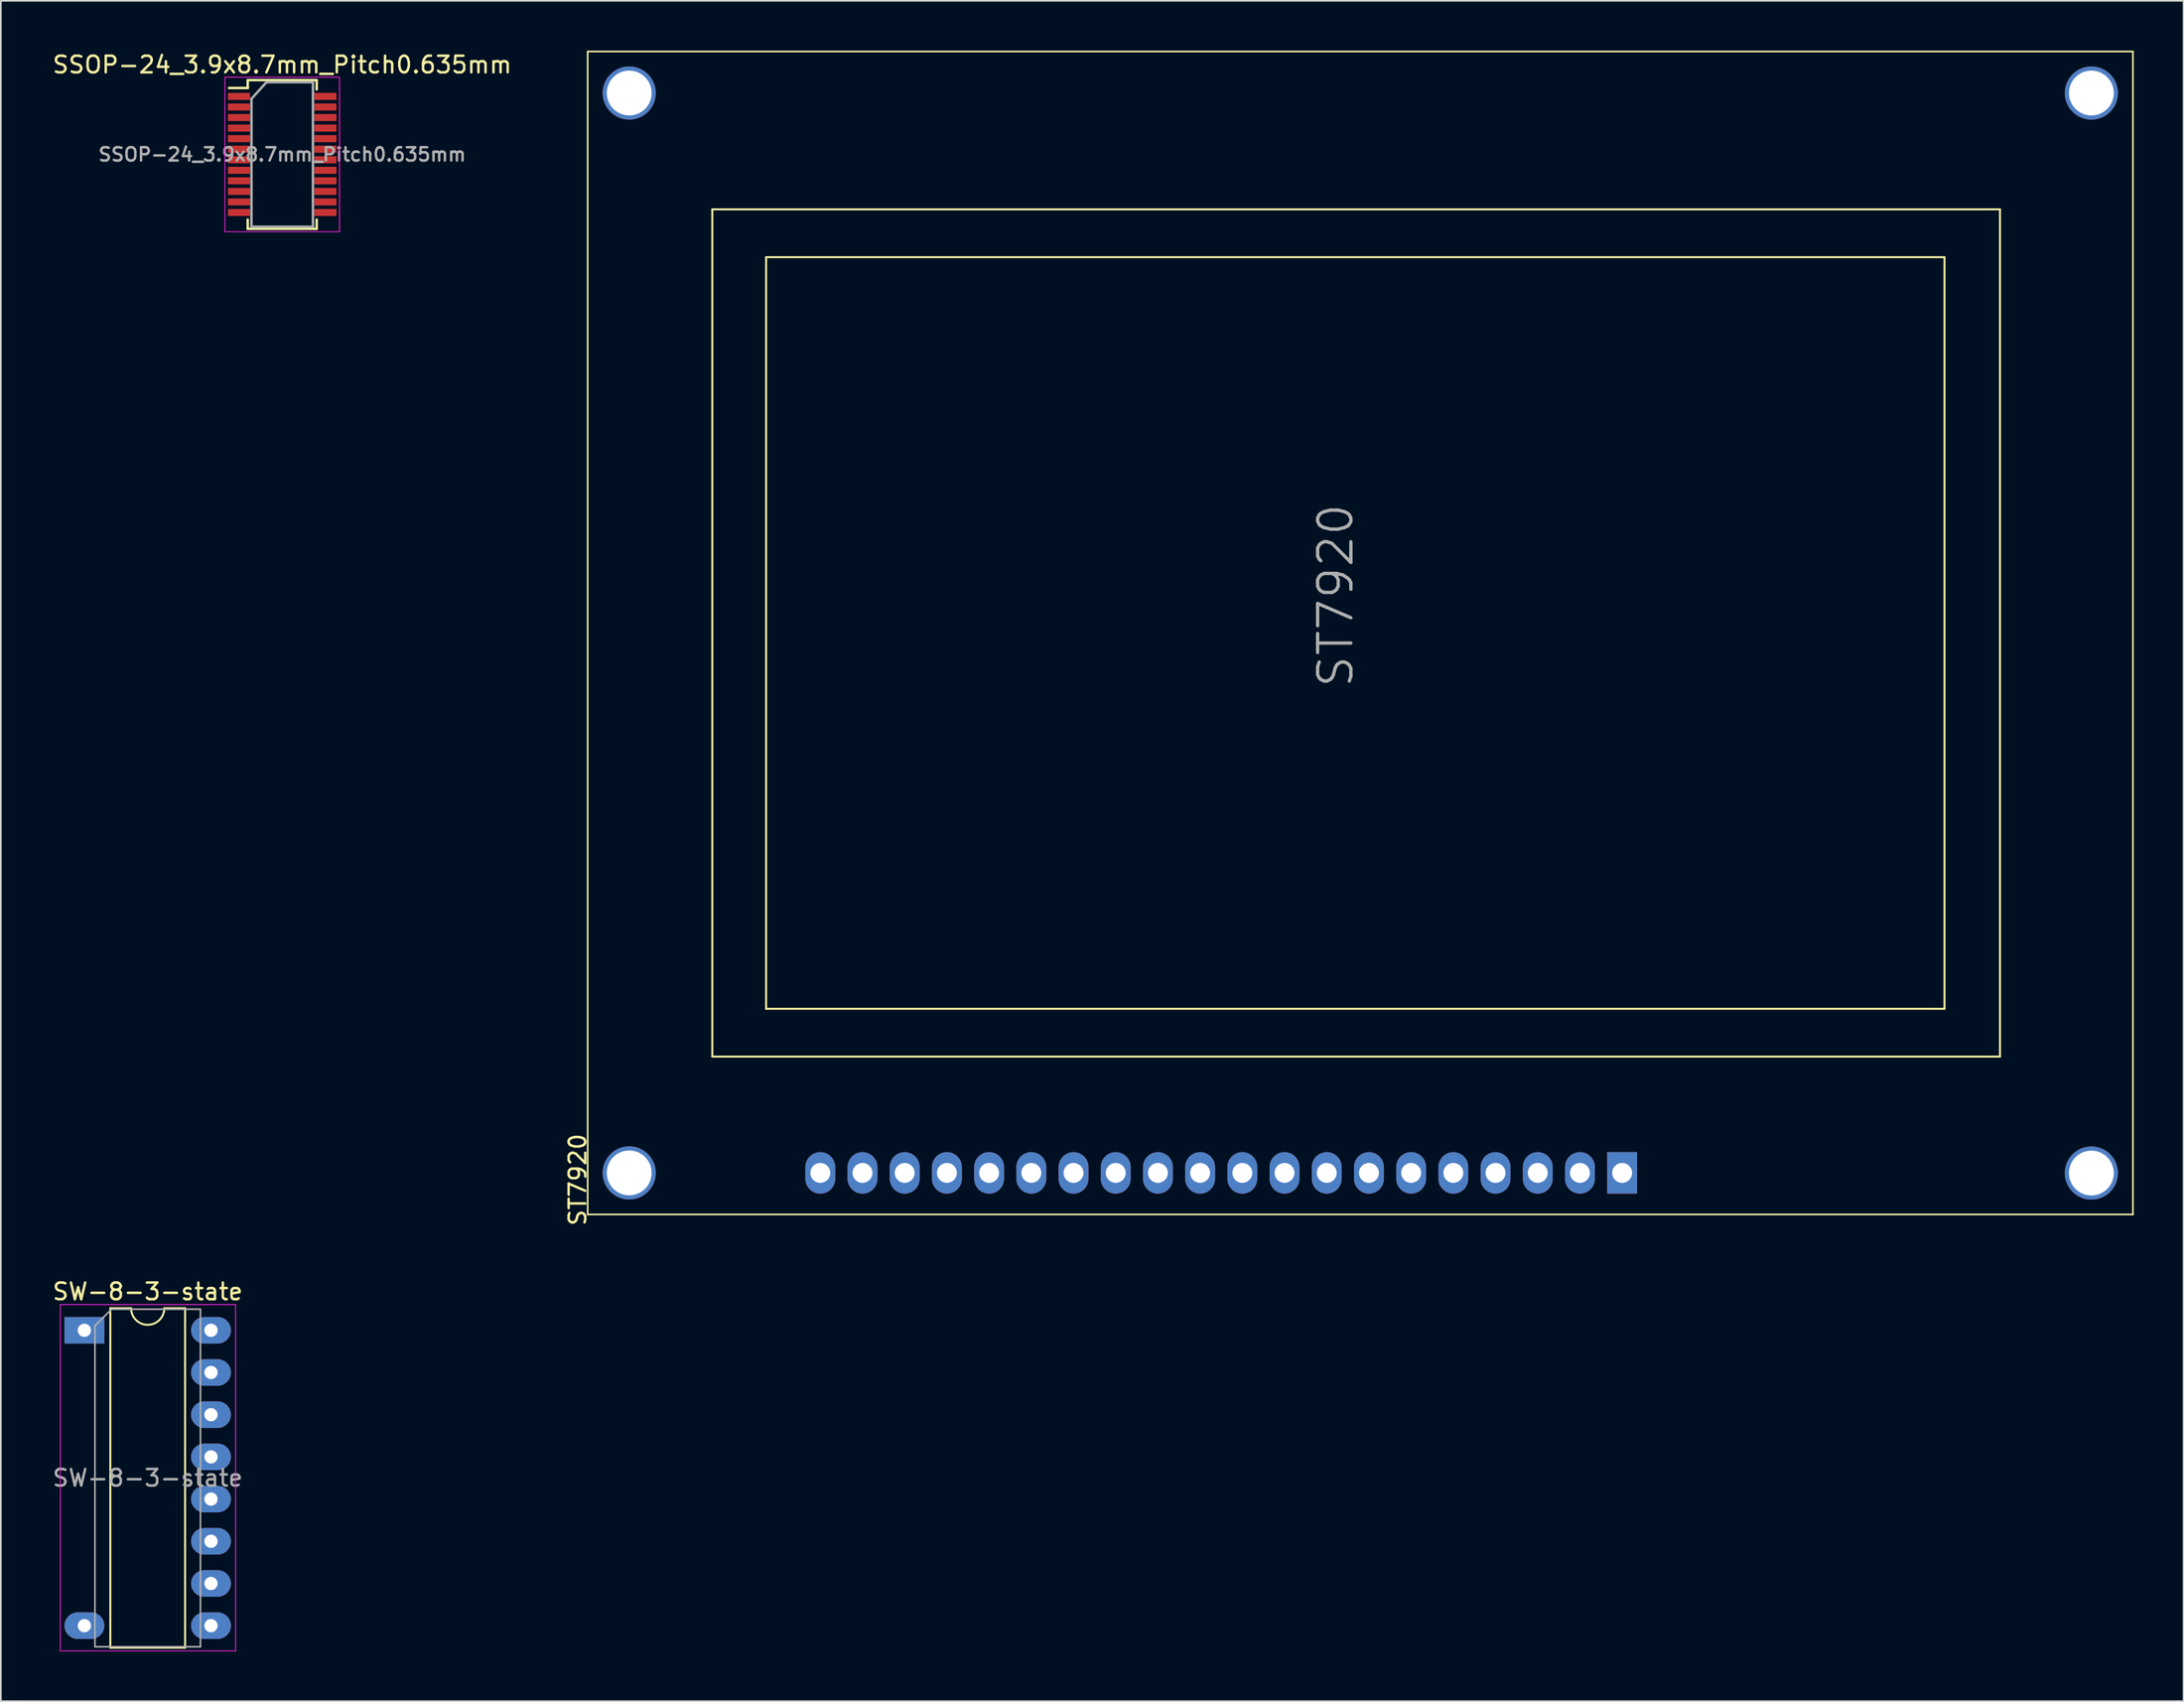
<source format=kicad_pcb>
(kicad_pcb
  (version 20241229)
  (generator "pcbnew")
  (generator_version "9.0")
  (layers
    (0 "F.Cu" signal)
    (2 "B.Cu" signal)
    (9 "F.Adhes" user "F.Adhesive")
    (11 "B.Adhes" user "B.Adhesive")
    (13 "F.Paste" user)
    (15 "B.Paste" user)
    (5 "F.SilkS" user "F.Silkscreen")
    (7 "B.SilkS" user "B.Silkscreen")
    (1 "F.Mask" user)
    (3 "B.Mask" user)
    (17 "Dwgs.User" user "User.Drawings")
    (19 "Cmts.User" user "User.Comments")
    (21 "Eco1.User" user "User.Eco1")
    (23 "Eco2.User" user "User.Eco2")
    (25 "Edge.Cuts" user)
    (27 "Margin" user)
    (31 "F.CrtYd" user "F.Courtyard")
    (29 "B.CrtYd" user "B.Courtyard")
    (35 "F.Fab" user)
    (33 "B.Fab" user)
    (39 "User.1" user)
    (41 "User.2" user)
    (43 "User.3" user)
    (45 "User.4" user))
  (footprint "SW-8-3-state"
    (layer "F.Cu")
    (at 2.029 77.024)
    (property "Reference" "SW-8-3-state" (at 3.81 -2.33 0) (layer "F.SilkS") (effects (font (size 1 1) (thickness 0.15))))
    (attr through_hole)
    (fp_line (start 1.56 -1.33) (end 1.56 19.11) (stroke (width 0.12) (type solid)) (layer "F.SilkS"))
    (fp_line (start 1.56 19.11) (end 6.06 19.11) (stroke (width 0.12) (type solid)) (layer "F.SilkS"))
    (fp_line (start 2.81 -1.33) (end 1.56 -1.33) (stroke (width 0.12) (type solid)) (layer "F.SilkS"))
    (fp_line (start 6.06 -1.33) (end 4.81 -1.33) (stroke (width 0.12) (type solid)) (layer "F.SilkS"))
    (fp_line (start 6.06 19.11) (end 6.06 -1.33) (stroke (width 0.12) (type solid)) (layer "F.SilkS"))
    (fp_arc (start 4.81 -1.33) (mid 3.81 -0.33) (end 2.81 -1.33) (stroke (width 0.12) (type solid)) (layer "F.SilkS"))
    (fp_line (start -1.45 -1.55) (end -1.45 19.3) (stroke (width 0.05) (type solid)) (layer "F.CrtYd"))
    (fp_line (start -1.45 19.3) (end 9.1 19.3) (stroke (width 0.05) (type solid)) (layer "F.CrtYd"))
    (fp_line (start 9.1 -1.55) (end -1.45 -1.55) (stroke (width 0.05) (type solid)) (layer "F.CrtYd"))
    (fp_line (start 9.1 19.3) (end 9.1 -1.55) (stroke (width 0.05) (type solid)) (layer "F.CrtYd"))
    (fp_line (start 0.635 -0.27) (end 1.635 -1.27) (stroke (width 0.1) (type solid)) (layer "F.Fab"))
    (fp_line (start 0.635 19.05) (end 0.635 -0.27) (stroke (width 0.1) (type solid)) (layer "F.Fab"))
    (fp_line (start 1.635 -1.27) (end 6.985 -1.27) (stroke (width 0.1) (type solid)) (layer "F.Fab"))
    (fp_line (start 6.985 -1.27) (end 6.985 19.05) (stroke (width 0.1) (type solid)) (layer "F.Fab"))
    (fp_line (start 6.985 19.05) (end 0.635 19.05) (stroke (width 0.1) (type solid)) (layer "F.Fab"))
    (fp_text user "${REFERENCE}" (at 3.81 8.89 0) (layer "F.Fab") (effects (font (size 1 1) (thickness 0.15))))
    (pad "1" thru_hole rect (at 0 0) (size 2.4 1.6) (drill 0.8) (layers "*.Cu" "*.Mask"))
    (pad "8" thru_hole oval (at 0 17.78) (size 2.4 1.6) (drill 0.8) (layers "*.Cu" "*.Mask"))
    (pad "9" thru_hole oval (at 7.62 17.78) (size 2.4 1.6) (drill 0.8) (layers "*.Cu" "*.Mask"))
    (pad "10" thru_hole oval (at 7.62 15.24) (size 2.4 1.6) (drill 0.8) (layers "*.Cu" "*.Mask"))
    (pad "11" thru_hole oval (at 7.62 12.7) (size 2.4 1.6) (drill 0.8) (layers "*.Cu" "*.Mask"))
    (pad "12" thru_hole oval (at 7.62 10.16) (size 2.4 1.6) (drill 0.8) (layers "*.Cu" "*.Mask"))
    (pad "13" thru_hole oval (at 7.62 7.62) (size 2.4 1.6) (drill 0.8) (layers "*.Cu" "*.Mask"))
    (pad "14" thru_hole oval (at 7.62 5.08) (size 2.4 1.6) (drill 0.8) (layers "*.Cu" "*.Mask"))
    (pad "15" thru_hole oval (at 7.62 2.54) (size 2.4 1.6) (drill 0.8) (layers "*.Cu" "*.Mask"))
    (pad "16" thru_hole oval (at 7.62 0) (size 2.4 1.6) (drill 0.8) (layers "*.Cu" "*.Mask")))
  (footprint "SSOP-24_3.9x8.7mm_Pitch0.635mm"
    (layer "F.Cu")
    (at 13.935 6.248)
    (property "Reference" "SSOP-24_3.9x8.7mm_Pitch0.635mm" (at 0 -5.4 0) (layer "F.SilkS") (effects (font (size 1 1) (thickness 0.15))))
    (attr smd)
    (fp_line (start -2.075 -4.475) (end -2.075 -4) (stroke (width 0.15) (type solid)) (layer "F.SilkS"))
    (fp_line (start -2.075 -4.475) (end 2.075 -4.475) (stroke (width 0.15) (type solid)) (layer "F.SilkS"))
    (fp_line (start -2.075 -4) (end -3.2 -4) (stroke (width 0.15) (type solid)) (layer "F.SilkS"))
    (fp_line (start -2.075 4.475) (end -2.075 3.917) (stroke (width 0.15) (type solid)) (layer "F.SilkS"))
    (fp_line (start -2.075 4.475) (end 2.075 4.475) (stroke (width 0.15) (type solid)) (layer "F.SilkS"))
    (fp_line (start 2.075 -4.475) (end 2.075 -3.917) (stroke (width 0.15) (type solid)) (layer "F.SilkS"))
    (fp_line (start 2.075 4.475) (end 2.075 3.917) (stroke (width 0.15) (type solid)) (layer "F.SilkS"))
    (fp_line (start -3.45 -4.65) (end -3.45 4.65) (stroke (width 0.05) (type solid)) (layer "F.CrtYd"))
    (fp_line (start -3.45 -4.65) (end 3.45 -4.65) (stroke (width 0.05) (type solid)) (layer "F.CrtYd"))
    (fp_line (start -3.45 4.65) (end 3.45 4.65) (stroke (width 0.05) (type solid)) (layer "F.CrtYd"))
    (fp_line (start 3.45 -4.65) (end 3.45 4.65) (stroke (width 0.05) (type solid)) (layer "F.CrtYd"))
    (fp_line (start -1.85 -3.35) (end -0.95 -4.35) (stroke (width 0.15) (type solid)) (layer "F.Fab"))
    (fp_line (start -1.85 4.35) (end -1.85 -3.35) (stroke (width 0.15) (type solid)) (layer "F.Fab"))
    (fp_line (start -0.95 -4.35) (end 1.85 -4.35) (stroke (width 0.15) (type solid)) (layer "F.Fab"))
    (fp_line (start 1.85 -4.35) (end 1.85 4.35) (stroke (width 0.15) (type solid)) (layer "F.Fab"))
    (fp_line (start 1.85 4.35) (end -1.85 4.35) (stroke (width 0.15) (type solid)) (layer "F.Fab"))
    (fp_text user "${REFERENCE}" (at 0 0 0) (layer "F.Fab") (effects (font (size 0.8 0.8) (thickness 0.15))))
    (pad "1" smd rect (at -2.6 -3.493) (size 1.324 0.424) (layers "F.Cu" "F.Mask" "F.Paste"))
    (pad "2" smd rect (at -2.6 -2.857) (size 1.324 0.424) (layers "F.Cu" "F.Mask" "F.Paste"))
    (pad "3" smd rect (at -2.6 -2.223) (size 1.324 0.424) (layers "F.Cu" "F.Mask" "F.Paste"))
    (pad "4" smd rect (at -2.6 -1.587) (size 1.324 0.424) (layers "F.Cu" "F.Mask" "F.Paste"))
    (pad "5" smd rect (at -2.6 -0.953) (size 1.324 0.424) (layers "F.Cu" "F.Mask" "F.Paste"))
    (pad "6" smd rect (at -2.6 -0.318) (size 1.324 0.424) (layers "F.Cu" "F.Mask" "F.Paste"))
    (pad "7" smd rect (at -2.6 0.318) (size 1.324 0.424) (layers "F.Cu" "F.Mask" "F.Paste"))
    (pad "8" smd rect (at -2.6 0.953) (size 1.324 0.424) (layers "F.Cu" "F.Mask" "F.Paste"))
    (pad "9" smd rect (at -2.6 1.587) (size 1.324 0.424) (layers "F.Cu" "F.Mask" "F.Paste"))
    (pad "10" smd rect (at -2.6 2.223) (size 1.324 0.424) (layers "F.Cu" "F.Mask" "F.Paste"))
    (pad "11" smd rect (at -2.6 2.857) (size 1.324 0.424) (layers "F.Cu" "F.Mask" "F.Paste"))
    (pad "12" smd rect (at -2.6 3.493) (size 1.324 0.424) (layers "F.Cu" "F.Mask" "F.Paste"))
    (pad "13" smd rect (at 2.6 3.493) (size 1.324 0.424) (layers "F.Cu" "F.Mask" "F.Paste"))
    (pad "14" smd rect (at 2.6 2.857) (size 1.324 0.424) (layers "F.Cu" "F.Mask" "F.Paste"))
    (pad "15" smd rect (at 2.6 2.223) (size 1.324 0.424) (layers "F.Cu" "F.Mask" "F.Paste"))
    (pad "16" smd rect (at 2.6 1.587) (size 1.324 0.424) (layers "F.Cu" "F.Mask" "F.Paste"))
    (pad "17" smd rect (at 2.6 0.953) (size 1.324 0.424) (layers "F.Cu" "F.Mask" "F.Paste"))
    (pad "18" smd rect (at 2.6 0.318) (size 1.324 0.424) (layers "F.Cu" "F.Mask" "F.Paste"))
    (pad "19" smd rect (at 2.6 -0.318) (size 1.324 0.424) (layers "F.Cu" "F.Mask" "F.Paste"))
    (pad "20" smd rect (at 2.6 -0.953) (size 1.324 0.424) (layers "F.Cu" "F.Mask" "F.Paste"))
    (pad "21" smd rect (at 2.6 -1.587) (size 1.324 0.424) (layers "F.Cu" "F.Mask" "F.Paste"))
    (pad "22" smd rect (at 2.6 -2.223) (size 1.324 0.424) (layers "F.Cu" "F.Mask" "F.Paste"))
    (pad "23" smd rect (at 2.6 -2.857) (size 1.324 0.424) (layers "F.Cu" "F.Mask" "F.Paste"))
    (pad "24" smd rect (at 2.6 -3.493) (size 1.324 0.424) (layers "F.Cu" "F.Mask" "F.Paste")))
  (footprint "ST7920"
    (layer "F.Cu")
    (at 46.32 67.55)
    (property "Reference" "ST7920" (at -14.602 0.409 90) (layer "F.SilkS") (effects (font (size 1 1) (thickness 0.15))))
    (attr through_hole)
    (fp_line (start -14 -67.5) (end -14 2.5) (stroke (width 0.1) (type solid)) (layer "F.SilkS"))
    (fp_line (start -14 2.5) (end 79 2.5) (stroke (width 0.1) (type solid)) (layer "F.SilkS"))
    (fp_line (start -6.5 -58) (end 71 -58) (stroke (width 0.12) (type solid)) (layer "F.SilkS"))
    (fp_line (start -6.5 -7) (end -6.5 -58) (stroke (width 0.12) (type solid)) (layer "F.SilkS"))
    (fp_line (start -3.26 -55.12) (end -3.26 -9.88) (stroke (width 0.12) (type solid)) (layer "F.SilkS"))
    (fp_line (start -3.26 -9.88) (end 67.66 -9.88) (stroke (width 0.12) (type solid)) (layer "F.SilkS"))
    (fp_line (start 67.66 -55.12) (end -3.26 -55.12) (stroke (width 0.12) (type solid)) (layer "F.SilkS"))
    (fp_line (start 67.66 -9.88) (end 67.66 -55.12) (stroke (width 0.12) (type solid)) (layer "F.SilkS"))
    (fp_line (start 71 -58) (end 71 -7) (stroke (width 0.12) (type solid)) (layer "F.SilkS"))
    (fp_line (start 71 -7) (end -6.5 -7) (stroke (width 0.12) (type solid)) (layer "F.SilkS"))
    (fp_line (start 79 -67.5) (end -14 -67.5) (stroke (width 0.1) (type solid)) (layer "F.SilkS"))
    (fp_line (start 79 2.5) (end 79 -67.5) (stroke (width 0.1) (type solid)) (layer "F.SilkS"))
    (fp_text user "${REFERENCE}" (at 31.018 -34.751 90) (layer "F.Fab") (effects (font (size 2 2) (thickness 0.2))))
    (pad "" thru_hole circle (at -11.5 -65) (size 3.2 3.2) (drill 2.7) (layers "*.Cu" "*.Mask"))
    (pad "" thru_hole circle (at -11.5 0) (size 3.2 3.2) (drill 2.7) (layers "*.Cu" "*.Mask"))
    (pad "" thru_hole circle (at 76.5 -65) (size 3.2 3.2) (drill 2.7) (layers "*.Cu" "*.Mask"))
    (pad "" thru_hole circle (at 76.5 0.009) (size 3.2 3.2) (drill 2.7) (layers "*.Cu" "*.Mask"))
    (pad "1" thru_hole rect (at 48.26 0) (size 1.8 2.5) (drill 1.2) (layers "*.Cu" "*.Mask"))
    (pad "2" thru_hole oval (at 45.72 0) (size 1.8 2.5) (drill 1.2) (layers "*.Cu" "*.Mask"))
    (pad "3" thru_hole oval (at 43.18 0) (size 1.8 2.5) (drill 1.2) (layers "*.Cu" "*.Mask"))
    (pad "4" thru_hole oval (at 40.64 0) (size 1.8 2.5) (drill 1.2) (layers "*.Cu" "*.Mask"))
    (pad "5" thru_hole oval (at 38.1 0) (size 1.8 2.5) (drill 1.2) (layers "*.Cu" "*.Mask"))
    (pad "6" thru_hole oval (at 35.56 0) (size 1.8 2.5) (drill 1.2) (layers "*.Cu" "*.Mask"))
    (pad "7" thru_hole oval (at 33.02 0) (size 1.8 2.5) (drill 1.2) (layers "*.Cu" "*.Mask"))
    (pad "8" thru_hole oval (at 30.48 0) (size 1.8 2.5) (drill 1.2) (layers "*.Cu" "*.Mask"))
    (pad "9" thru_hole oval (at 27.94 0) (size 1.8 2.5) (drill 1.2) (layers "*.Cu" "*.Mask"))
    (pad "10" thru_hole oval (at 25.4 0) (size 1.8 2.5) (drill 1.2) (layers "*.Cu" "*.Mask"))
    (pad "11" thru_hole oval (at 22.86 0) (size 1.8 2.5) (drill 1.2) (layers "*.Cu" "*.Mask"))
    (pad "12" thru_hole oval (at 20.32 0) (size 1.8 2.5) (drill 1.2) (layers "*.Cu" "*.Mask"))
    (pad "13" thru_hole oval (at 17.78 0) (size 1.8 2.5) (drill 1.2) (layers "*.Cu" "*.Mask"))
    (pad "14" thru_hole oval (at 15.24 0) (size 1.8 2.5) (drill 1.2) (layers "*.Cu" "*.Mask"))
    (pad "15" thru_hole oval (at 12.7 0) (size 1.8 2.5) (drill 1.2) (layers "*.Cu" "*.Mask"))
    (pad "16" thru_hole oval (at 10.16 0) (size 1.8 2.5) (drill 1.2) (layers "*.Cu" "*.Mask"))
    (pad "17" thru_hole oval (at 7.62 0) (size 1.8 2.5) (drill 1.2) (layers "*.Cu" "*.Mask"))
    (pad "18" thru_hole oval (at 5.08 0) (size 1.8 2.5) (drill 1.2) (layers "*.Cu" "*.Mask"))
    (pad "19" thru_hole oval (at 2.54 0) (size 1.8 2.5) (drill 1.2) (layers "*.Cu" "*.Mask"))
    (pad "20" thru_hole oval (at 0 0) (size 1.8 2.5) (drill 1.2) (layers "*.Cu" "*.Mask")))
  (gr_rect
    (start -3 -3)
    (end 128.37 99.349)
    (stroke (width 0.1) (type default))
    (fill no)
    (layer "Edge.Cuts")))
</source>
